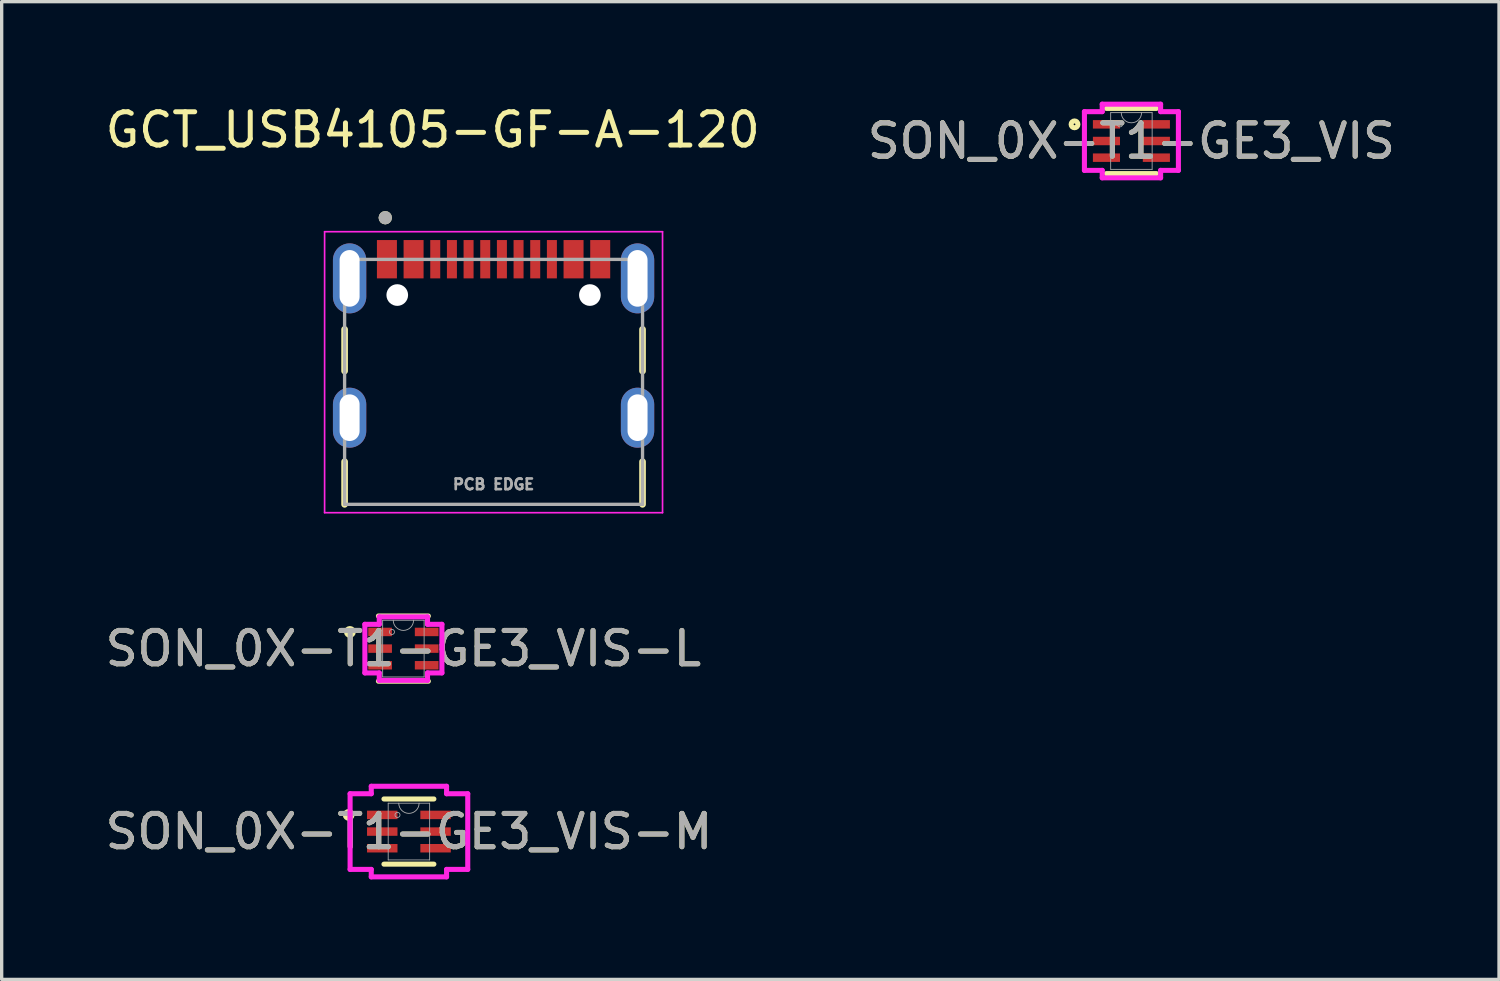
<source format=kicad_pcb>
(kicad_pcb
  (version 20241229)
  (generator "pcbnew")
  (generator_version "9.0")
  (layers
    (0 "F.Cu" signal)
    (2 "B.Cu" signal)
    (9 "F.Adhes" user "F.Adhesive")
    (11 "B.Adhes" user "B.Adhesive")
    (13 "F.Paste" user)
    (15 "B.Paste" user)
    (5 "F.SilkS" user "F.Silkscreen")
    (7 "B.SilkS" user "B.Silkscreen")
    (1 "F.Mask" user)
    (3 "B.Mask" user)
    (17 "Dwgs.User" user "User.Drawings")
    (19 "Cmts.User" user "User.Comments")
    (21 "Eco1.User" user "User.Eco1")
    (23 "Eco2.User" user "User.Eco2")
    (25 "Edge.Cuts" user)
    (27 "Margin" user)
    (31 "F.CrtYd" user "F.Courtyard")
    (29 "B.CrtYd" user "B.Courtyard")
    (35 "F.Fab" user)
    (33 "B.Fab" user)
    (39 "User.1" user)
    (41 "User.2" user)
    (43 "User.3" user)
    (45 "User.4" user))
  (footprint "SON_0X-T1-GE3_VIS-M"
    (layer "F.Cu")
    (at 9.22 21.902)
    (property "Reference" "SON_0X-T1-GE3_VIS-M" (at 0 0 0) (unlocked yes) (layer "F.SilkS") (effects (font (size 1 1) (thickness 0.15))))
    (attr smd)
    (fp_line (start -0.749 0.978) (end 0.749 0.978) (stroke (width 0.152) (type solid)) (layer "F.SilkS"))
    (fp_line (start 0.749 -0.978) (end -0.749 -0.978) (stroke (width 0.152) (type solid)) (layer "F.SilkS"))
    (fp_circle (center -1.808 -0.5) (end -1.707 -0.5) (stroke (width 0.152) (type solid)) (fill no) (layer "F.SilkS"))
    (fp_line (start -1.765 -1.135) (end -1.13 -1.135) (stroke (width 0.152) (type solid)) (layer "F.CrtYd"))
    (fp_line (start -1.765 1.135) (end -1.765 -1.135) (stroke (width 0.152) (type solid)) (layer "F.CrtYd"))
    (fp_line (start -1.765 1.135) (end -1.13 1.135) (stroke (width 0.152) (type solid)) (layer "F.CrtYd"))
    (fp_line (start -1.13 -1.359) (end 1.13 -1.359) (stroke (width 0.152) (type solid)) (layer "F.CrtYd"))
    (fp_line (start -1.13 -1.135) (end -1.13 -1.359) (stroke (width 0.152) (type solid)) (layer "F.CrtYd"))
    (fp_line (start -1.13 1.359) (end -1.13 1.135) (stroke (width 0.152) (type solid)) (layer "F.CrtYd"))
    (fp_line (start 1.13 -1.359) (end 1.13 -1.135) (stroke (width 0.152) (type solid)) (layer "F.CrtYd"))
    (fp_line (start 1.13 1.135) (end 1.13 1.359) (stroke (width 0.152) (type solid)) (layer "F.CrtYd"))
    (fp_line (start 1.13 1.359) (end -1.13 1.359) (stroke (width 0.152) (type solid)) (layer "F.CrtYd"))
    (fp_line (start 1.765 -1.135) (end 1.13 -1.135) (stroke (width 0.152) (type solid)) (layer "F.CrtYd"))
    (fp_line (start 1.765 -1.135) (end 1.765 1.135) (stroke (width 0.152) (type solid)) (layer "F.CrtYd"))
    (fp_line (start 1.765 1.135) (end 1.13 1.135) (stroke (width 0.152) (type solid)) (layer "F.CrtYd"))
    (fp_line (start -0.622 -0.851) (end -0.622 0.851) (stroke (width 0.025) (type solid)) (layer "F.Fab"))
    (fp_line (start -0.622 0.851) (end 0.622 0.851) (stroke (width 0.025) (type solid)) (layer "F.Fab"))
    (fp_line (start 0.622 -0.851) (end -0.622 -0.851) (stroke (width 0.025) (type solid)) (layer "F.Fab"))
    (fp_line (start 0.622 0.851) (end 0.622 -0.851) (stroke (width 0.025) (type solid)) (layer "F.Fab"))
    (fp_arc (start 0.3048 -0.8509) (mid 0 -0.5461) (end -0.3048 -0.8509) (stroke (width 0.0254) (type solid)) (layer "F.Fab"))
    (fp_circle (center -0.343 -0.5) (end -0.267 -0.5) (stroke (width 0.025) (type solid)) (fill no) (layer "F.Fab"))
    (fp_text user "${REFERENCE}" (at 0 0 0) (unlocked yes) (layer "F.Fab") (effects (font (size 1 1) (thickness 0.15))))
    (pad "1" smd rect (at -0.8 -0.5) (size 0.914 0.254) (layers "F.Cu" "F.Mask" "F.Paste"))
    (pad "2" smd rect (at -0.8 0) (size 0.914 0.254) (layers "F.Cu" "F.Mask" "F.Paste"))
    (pad "3" smd rect (at -0.8 0.5) (size 0.914 0.254) (layers "F.Cu" "F.Mask" "F.Paste"))
    (pad "4" smd rect (at 0.8 0.5) (size 0.914 0.254) (layers "F.Cu" "F.Mask" "F.Paste"))
    (pad "5" smd rect (at 0.8 0) (size 0.914 0.254) (layers "F.Cu" "F.Mask" "F.Paste"))
    (pad "6" smd rect (at 0.8 -0.5) (size 0.914 0.254) (layers "F.Cu" "F.Mask" "F.Paste")))
  (footprint "GCT_USB4105-GF-A-120"
    (layer "F.Cu")
    (at 11.76 9.483)
    (property "Reference" "GCT_USB4105-GF-A-120" (at -1.825 -8.635 0) (layer "F.SilkS") (effects (font (size 1 1) (thickness 0.15))))
    (attr smd)
    (fp_line (start -4.47 -2.65) (end -4.47 -1.4) (stroke (width 0.2) (type solid)) (layer "F.SilkS"))
    (fp_line (start -4.47 1.32) (end -4.47 2.6) (stroke (width 0.2) (type solid)) (layer "F.SilkS"))
    (fp_line (start 4.47 -2.65) (end 4.47 -1.4) (stroke (width 0.2) (type solid)) (layer "F.SilkS"))
    (fp_line (start 4.47 2.6) (end 4.47 1.32) (stroke (width 0.2) (type solid)) (layer "F.SilkS"))
    (fp_circle (center -3.25 -6) (end -3.15 -6) (stroke (width 0.2) (type solid)) (fill no) (layer "F.SilkS"))
    (fp_line (start -5.07 -5.58) (end -5.07 2.85) (stroke (width 0.05) (type solid)) (layer "F.CrtYd"))
    (fp_line (start -5.07 2.85) (end 5.07 2.85) (stroke (width 0.05) (type solid)) (layer "F.CrtYd"))
    (fp_line (start 5.07 -5.58) (end -5.07 -5.58) (stroke (width 0.05) (type solid)) (layer "F.CrtYd"))
    (fp_line (start 5.07 2.85) (end 5.07 -5.58) (stroke (width 0.05) (type solid)) (layer "F.CrtYd"))
    (fp_line (start -4.47 -4.75) (end 4.47 -4.75) (stroke (width 0.1) (type solid)) (layer "F.Fab"))
    (fp_line (start -4.47 2.6) (end -4.47 -4.75) (stroke (width 0.1) (type solid)) (layer "F.Fab"))
    (fp_line (start 4.47 -4.75) (end 4.47 2.6) (stroke (width 0.1) (type solid)) (layer "F.Fab"))
    (fp_line (start 4.47 2.6) (end -4.47 2.6) (stroke (width 0.1) (type solid)) (layer "F.Fab"))
    (fp_circle (center -3.25 -6) (end -3.15 -6) (stroke (width 0.2) (type solid)) (fill no) (layer "F.Fab"))
    (fp_text user "PCB EDGE" (at 0 2 0) (layer "F.Fab") (effects (font (size 0.32 0.32) (thickness 0.15))))
    (pad "" np_thru_hole circle (at -2.89 -3.68) (size 0.65 0.65) (drill 0.65) (layers "*.Cu" "*.Mask"))
    (pad "" np_thru_hole circle (at 2.89 -3.68) (size 0.65 0.65) (drill 0.65) (layers "*.Cu" "*.Mask"))
    (pad "A1_B12" smd rect (at -3.2 -4.755) (size 0.6 1.15) (layers "F.Cu" "F.Mask" "F.Paste"))
    (pad "A4_B9" smd rect (at -2.4 -4.755) (size 0.6 1.15) (layers "F.Cu" "F.Mask" "F.Paste"))
    (pad "A5" smd rect (at -1.25 -4.755) (size 0.3 1.15) (layers "F.Cu" "F.Mask" "F.Paste"))
    (pad "A6" smd rect (at -0.25 -4.755) (size 0.3 1.15) (layers "F.Cu" "F.Mask" "F.Paste"))
    (pad "A7" smd rect (at 0.25 -4.755) (size 0.3 1.15) (layers "F.Cu" "F.Mask" "F.Paste"))
    (pad "A8" smd rect (at 1.25 -4.755) (size 0.3 1.15) (layers "F.Cu" "F.Mask" "F.Paste"))
    (pad "B1_A12" smd rect (at 3.2 -4.755) (size 0.6 1.15) (layers "F.Cu" "F.Mask" "F.Paste"))
    (pad "B4_A9" smd rect (at 2.4 -4.755) (size 0.6 1.15) (layers "F.Cu" "F.Mask" "F.Paste"))
    (pad "B5" smd rect (at 1.75 -4.755) (size 0.3 1.15) (layers "F.Cu" "F.Mask" "F.Paste"))
    (pad "B6" smd rect (at 0.75 -4.755) (size 0.3 1.15) (layers "F.Cu" "F.Mask" "F.Paste"))
    (pad "B7" smd rect (at -0.75 -4.755) (size 0.3 1.15) (layers "F.Cu" "F.Mask" "F.Paste"))
    (pad "B8" smd rect (at -1.75 -4.755) (size 0.3 1.15) (layers "F.Cu" "F.Mask" "F.Paste"))
    (pad "SH1" thru_hole oval (at -4.32 -4.18) (size 1 2.1) (drill oval 0.6 1.7) (layers "*.Cu" "*.Mask"))
    (pad "SH2" thru_hole oval (at 4.32 -4.18) (size 1 2.1) (drill oval 0.6 1.7) (layers "*.Cu" "*.Mask"))
    (pad "SH3" thru_hole oval (at -4.32 0) (size 1 1.8) (drill oval 0.6 1.4) (layers "*.Cu" "*.Mask"))
    (pad "SH4" thru_hole oval (at 4.32 0) (size 1 1.8) (drill oval 0.6 1.4) (layers "*.Cu" "*.Mask")))
  (footprint "SON_0X-T1-GE3_VIS-L"
    (layer "F.Cu")
    (at 9.054 16.412)
    (property "Reference" "SON_0X-T1-GE3_VIS-L" (at 0 0 0) (unlocked yes) (layer "F.SilkS") (effects (font (size 1 1) (thickness 0.15))))
    (attr smd)
    (fp_line (start -0.749 0.978) (end 0.749 0.978) (stroke (width 0.152) (type solid)) (layer "F.SilkS"))
    (fp_line (start 0.749 -0.978) (end -0.749 -0.978) (stroke (width 0.152) (type solid)) (layer "F.SilkS"))
    (fp_circle (center -1.605 -0.5) (end -1.503 -0.5) (stroke (width 0.152) (type solid)) (fill no) (layer "F.SilkS"))
    (fp_line (start -1.156 -0.729) (end -0.724 -0.729) (stroke (width 0.152) (type solid)) (layer "F.CrtYd"))
    (fp_line (start -1.156 0.729) (end -1.156 -0.729) (stroke (width 0.152) (type solid)) (layer "F.CrtYd"))
    (fp_line (start -1.156 0.729) (end -0.724 0.729) (stroke (width 0.152) (type solid)) (layer "F.CrtYd"))
    (fp_line (start -0.724 -0.953) (end 0.724 -0.953) (stroke (width 0.152) (type solid)) (layer "F.CrtYd"))
    (fp_line (start -0.724 -0.729) (end -0.724 -0.953) (stroke (width 0.152) (type solid)) (layer "F.CrtYd"))
    (fp_line (start -0.724 0.953) (end -0.724 0.729) (stroke (width 0.152) (type solid)) (layer "F.CrtYd"))
    (fp_line (start 0.724 -0.953) (end 0.724 -0.729) (stroke (width 0.152) (type solid)) (layer "F.CrtYd"))
    (fp_line (start 0.724 0.729) (end 0.724 0.953) (stroke (width 0.152) (type solid)) (layer "F.CrtYd"))
    (fp_line (start 0.724 0.953) (end -0.724 0.953) (stroke (width 0.152) (type solid)) (layer "F.CrtYd"))
    (fp_line (start 1.156 -0.729) (end 0.724 -0.729) (stroke (width 0.152) (type solid)) (layer "F.CrtYd"))
    (fp_line (start 1.156 -0.729) (end 1.156 0.729) (stroke (width 0.152) (type solid)) (layer "F.CrtYd"))
    (fp_line (start 1.156 0.729) (end 0.724 0.729) (stroke (width 0.152) (type solid)) (layer "F.CrtYd"))
    (fp_line (start -0.622 -0.851) (end -0.622 0.851) (stroke (width 0.025) (type solid)) (layer "F.Fab"))
    (fp_line (start -0.622 0.851) (end 0.622 0.851) (stroke (width 0.025) (type solid)) (layer "F.Fab"))
    (fp_line (start 0.622 -0.851) (end -0.622 -0.851) (stroke (width 0.025) (type solid)) (layer "F.Fab"))
    (fp_line (start 0.622 0.851) (end 0.622 -0.851) (stroke (width 0.025) (type solid)) (layer "F.Fab"))
    (fp_arc (start 0.3048 -0.8509) (mid 0 -0.5461) (end -0.3048 -0.8509) (stroke (width 0.0254) (type solid)) (layer "F.Fab"))
    (fp_circle (center -0.343 -0.5) (end -0.267 -0.5) (stroke (width 0.025) (type solid)) (fill no) (layer "F.Fab"))
    (fp_text user "${REFERENCE}" (at 0 0 0) (unlocked yes) (layer "F.Fab") (effects (font (size 1 1) (thickness 0.15))))
    (pad "1" smd rect (at -0.699 -0.5) (size 0.711 0.254) (layers "F.Cu" "F.Mask" "F.Paste"))
    (pad "2" smd rect (at -0.699 0) (size 0.711 0.254) (layers "F.Cu" "F.Mask" "F.Paste"))
    (pad "3" smd rect (at -0.699 0.5) (size 0.711 0.254) (layers "F.Cu" "F.Mask" "F.Paste"))
    (pad "4" smd rect (at 0.699 0.5) (size 0.711 0.254) (layers "F.Cu" "F.Mask" "F.Paste"))
    (pad "5" smd rect (at 0.699 0) (size 0.711 0.254) (layers "F.Cu" "F.Mask" "F.Paste"))
    (pad "6" smd rect (at 0.699 -0.5) (size 0.711 0.254) (layers "F.Cu" "F.Mask" "F.Paste")))
  (footprint "SON_0X-T1-GE3_VIS"
    (layer "F.Cu")
    (at 30.899 1.181)
    (property "Reference" "SON_0X-T1-GE3_VIS" (at 0 0 0) (unlocked yes) (layer "F.SilkS") (effects (font (size 1 1) (thickness 0.15))))
    (attr smd)
    (fp_line (start -0.749 0.978) (end 0.749 0.978) (stroke (width 0.152) (type solid)) (layer "F.SilkS"))
    (fp_line (start 0.749 -0.978) (end -0.749 -0.978) (stroke (width 0.152) (type solid)) (layer "F.SilkS"))
    (fp_circle (center -1.707 -0.5) (end -1.605 -0.5) (stroke (width 0.152) (type solid)) (fill no) (layer "F.SilkS"))
    (fp_line (start -1.41 -0.881) (end -0.876 -0.881) (stroke (width 0.152) (type solid)) (layer "F.CrtYd"))
    (fp_line (start -1.41 0.881) (end -1.41 -0.881) (stroke (width 0.152) (type solid)) (layer "F.CrtYd"))
    (fp_line (start -1.41 0.881) (end -0.876 0.881) (stroke (width 0.152) (type solid)) (layer "F.CrtYd"))
    (fp_line (start -0.876 -1.105) (end 0.876 -1.105) (stroke (width 0.152) (type solid)) (layer "F.CrtYd"))
    (fp_line (start -0.876 -0.881) (end -0.876 -1.105) (stroke (width 0.152) (type solid)) (layer "F.CrtYd"))
    (fp_line (start -0.876 1.105) (end -0.876 0.881) (stroke (width 0.152) (type solid)) (layer "F.CrtYd"))
    (fp_line (start 0.876 -1.105) (end 0.876 -0.881) (stroke (width 0.152) (type solid)) (layer "F.CrtYd"))
    (fp_line (start 0.876 0.881) (end 0.876 1.105) (stroke (width 0.152) (type solid)) (layer "F.CrtYd"))
    (fp_line (start 0.876 1.105) (end -0.876 1.105) (stroke (width 0.152) (type solid)) (layer "F.CrtYd"))
    (fp_line (start 1.41 -0.881) (end 0.876 -0.881) (stroke (width 0.152) (type solid)) (layer "F.CrtYd"))
    (fp_line (start 1.41 -0.881) (end 1.41 0.881) (stroke (width 0.152) (type solid)) (layer "F.CrtYd"))
    (fp_line (start 1.41 0.881) (end 0.876 0.881) (stroke (width 0.152) (type solid)) (layer "F.CrtYd"))
    (fp_line (start -0.622 -0.851) (end -0.622 0.851) (stroke (width 0.025) (type solid)) (layer "F.Fab"))
    (fp_line (start -0.622 0.851) (end 0.622 0.851) (stroke (width 0.025) (type solid)) (layer "F.Fab"))
    (fp_line (start 0.622 -0.851) (end -0.622 -0.851) (stroke (width 0.025) (type solid)) (layer "F.Fab"))
    (fp_line (start 0.622 0.851) (end 0.622 -0.851) (stroke (width 0.025) (type solid)) (layer "F.Fab"))
    (fp_arc (start 0.3048 -0.8509) (mid 0 -0.5461) (end -0.3048 -0.8509) (stroke (width 0.0254) (type solid)) (layer "F.Fab"))
    (fp_circle (center -0.343 -0.5) (end -0.267 -0.5) (stroke (width 0.025) (type solid)) (fill no) (layer "F.Fab"))
    (fp_text user "${REFERENCE}" (at 0 0 0) (unlocked yes) (layer "F.Fab") (effects (font (size 1 1) (thickness 0.15))))
    (pad "1" smd rect (at -0.749 -0.5) (size 0.813 0.254) (layers "F.Cu" "F.Mask" "F.Paste"))
    (pad "2" smd rect (at -0.749 0) (size 0.813 0.254) (layers "F.Cu" "F.Mask" "F.Paste"))
    (pad "3" smd rect (at -0.749 0.5) (size 0.813 0.254) (layers "F.Cu" "F.Mask" "F.Paste"))
    (pad "4" smd rect (at 0.749 0.5) (size 0.813 0.254) (layers "F.Cu" "F.Mask" "F.Paste"))
    (pad "5" smd rect (at 0.749 0) (size 0.813 0.254) (layers "F.Cu" "F.Mask" "F.Paste"))
    (pad "6" smd rect (at 0.749 -0.5) (size 0.813 0.254) (layers "F.Cu" "F.Mask" "F.Paste")))
  (gr_rect
    (start -3 -3)
    (end 41.929 26.337)
    (stroke (width 0.1) (type default))
    (fill no)
    (layer "Edge.Cuts")))
</source>
